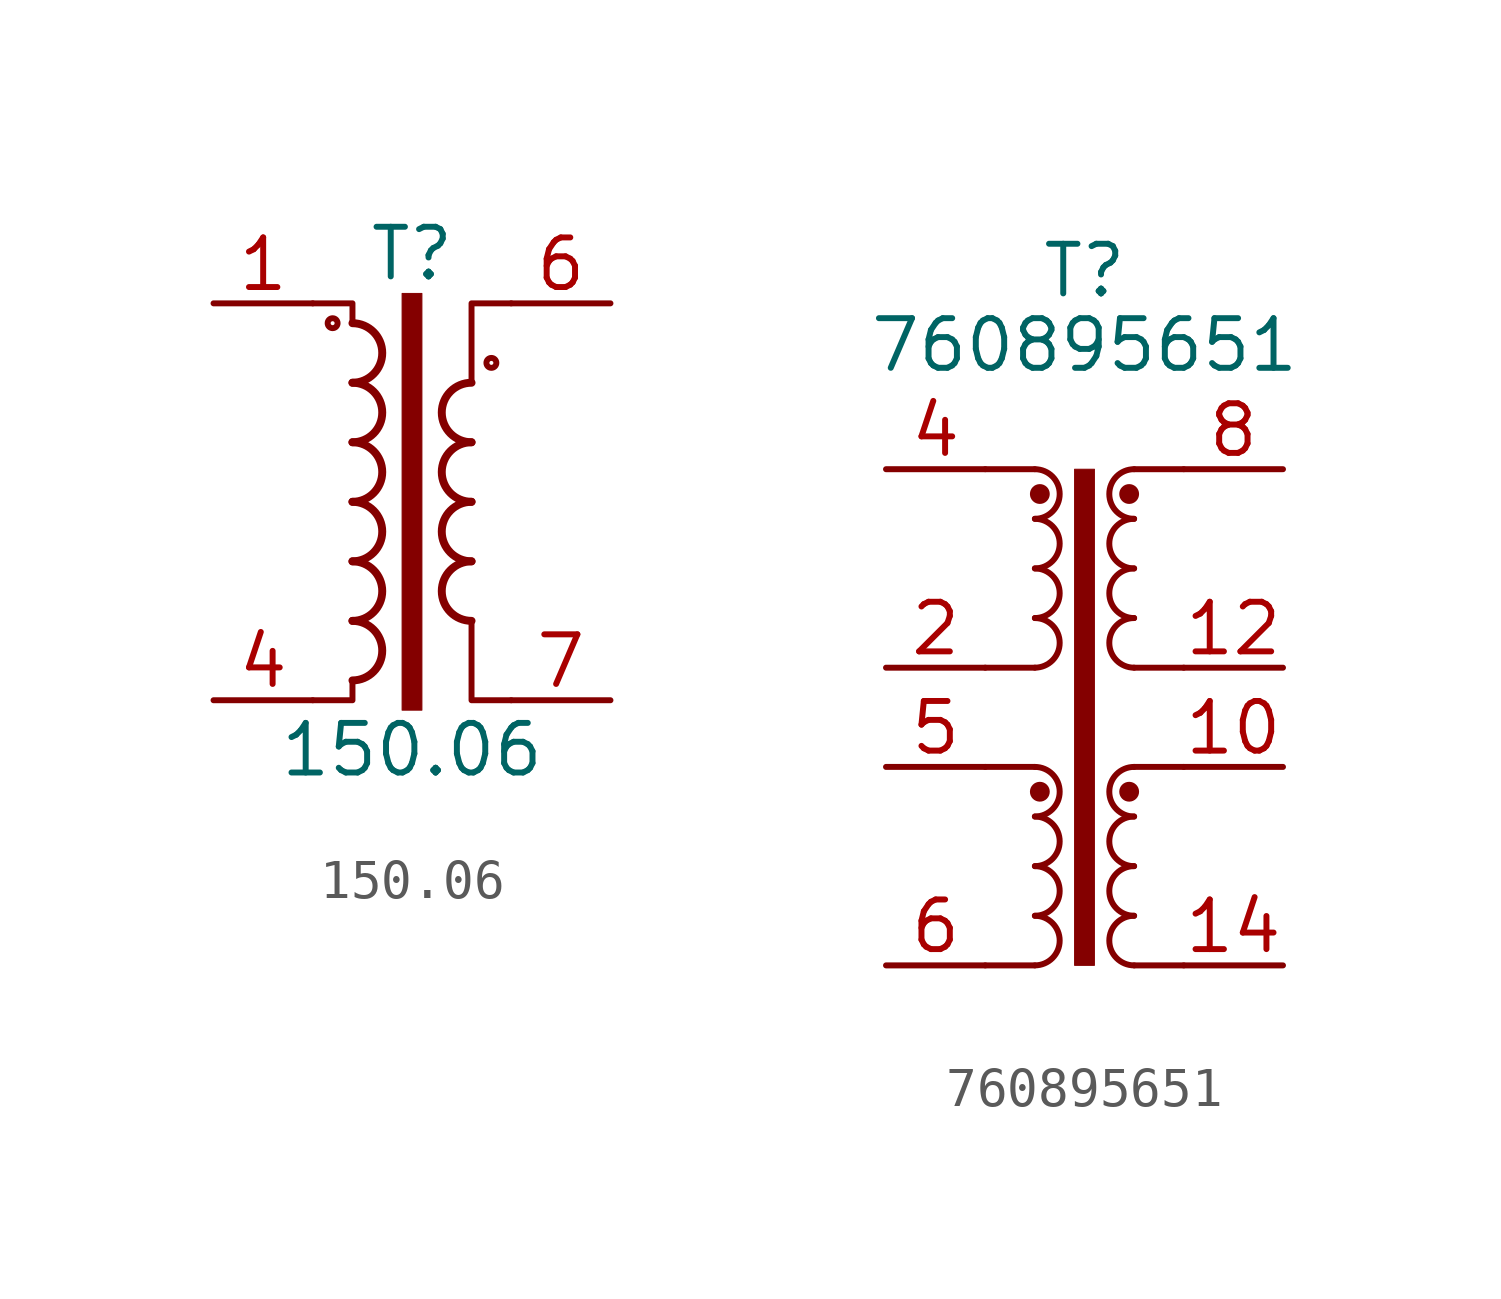
<source format=kicad_sym>
(kicad_symbol_lib
  (version 20220914)
  (generator kicad_db_lib)
  (symbol "150.06"
    (pin_names
      (offset 0.025))
    (property "Reference" "T"
      (at 0 6.35 0)
      (effects (font (size 1.27 1.27))))
    (property "Value" "150.06"
      (at 0 -6.35 0)
      (effects (font (size 1.27 1.27))))
    (symbol "150.06_0_1"
      (circle (center -2.032 4.572) (radius 0.127) (stroke (width 0) (type default)) (fill (type none)))
      (arc (start -1.524 -4.572) (mid -0.7653 -3.81) (end -1.524 -3.048) (stroke (width 0.2032) (type default)) (fill (type none)))
      (arc (start -1.524 -3.048) (mid -0.7653 -2.286) (end -1.524 -1.524) (stroke (width 0.2032) (type default)) (fill (type none)))
      (arc (start -1.524 -1.524) (mid -0.7653 -0.762) (end -1.524 0) (stroke (width 0.2032) (type default)) (fill (type none)))
      (arc (start -1.524 0) (mid -0.7653 0.762) (end -1.524 1.524) (stroke (width 0.2032) (type default)) (fill (type none)))
      (arc (start -1.524 1.524) (mid -0.7653 2.286) (end -1.524 3.048) (stroke (width 0.2032) (type default)) (fill (type none)))
      (arc (start -1.524 3.048) (mid -0.7653 3.81) (end -1.524 4.572) (stroke (width 0.2032) (type default)) (fill (type none)))
      (rectangle (start -0.254 5.334) (end 0.254 -5.334) (stroke (width 0.025) (type default)) (fill (type outline)))
      (polyline (pts (xy -1.524 -4.572) (xy -1.524 -5.08) (xy -2.54 -5.08)) (stroke (width 0) (type default)) (fill (type none)))
      (polyline (pts (xy -1.524 4.572) (xy -1.524 5.08) (xy -2.54 5.08)) (stroke (width 0) (type default)) (fill (type none)))
      (polyline (pts (xy 1.524 3.048) (xy 1.524 5.08) (xy 2.54 5.08) (xy 2.54 5.08)) (stroke (width 0.152) (type default)) (fill (type none)))
      (polyline (pts (xy 2.54 -5.08) (xy 1.524 -5.08) (xy 1.524 -3.048) (xy 1.524 -3.048)) (stroke (width 0.152) (type default)) (fill (type none)))
      (arc (start 1.524 -1.524) (mid 0.7653 -2.286) (end 1.524 -3.048) (stroke (width 0.2032) (type default)) (fill (type none)))
      (arc (start 1.524 0) (mid 0.7653 -0.762) (end 1.524 -1.524) (stroke (width 0.2032) (type default)) (fill (type none)))
      (arc (start 1.524 1.524) (mid 0.7653 0.762) (end 1.524 0) (stroke (width 0.2032) (type default)) (fill (type none)))
      (arc (start 1.524 3.048) (mid 0.7653 2.286) (end 1.524 1.524) (stroke (width 0.2032) (type default)) (fill (type none)))
      (circle (center 2.032 3.556) (radius 0.127) (stroke (width 0) (type default)) (fill (type none))))
    (symbol "150.06_1_1"
      (pin passive line (at -5.08 5.08 0) (length 2.54) (name "~" (effects (font (size 1.27 1.27)))) (number "1" (effects (font (size 1.27 1.27)))))
      (pin passive line (at -5.08 -5.08 0) (length 2.54) (name "~" (effects (font (size 1.27 1.27)))) (number "4" (effects (font (size 1.27 1.27)))))
      (pin passive line (at 5.08 5.08 180) (length 2.54) (name "~" (effects (font (size 1.27 1.27)))) (number "6" (effects (font (size 1.27 1.27)))))
      (pin passive line (at 5.08 -5.08 180) (length 2.54) (name "~" (effects (font (size 1.27 1.27)))) (number "7" (effects (font (size 1.27 1.27)))))))
  (symbol "760895651"
    (property "Reference" "T"
      (at 0 11.43 0)
      (effects (font (size 1.27 1.27))))
    (property "Value" "760895651"
      (at 0 9.525 0)
      (effects (font (size 1.27 1.27))))
    (symbol "760895651_0_1"
      (arc (start -1.27 -6.35) (mid -0.6377 -5.715) (end -1.27 -5.08) (stroke (width 0) (type default)) (fill (type none)))
      (arc (start -1.27 -5.08) (mid -0.6377 -4.445) (end -1.27 -3.81) (stroke (width 0) (type default)) (fill (type none)))
      (arc (start -1.27 1.27) (mid -0.6377 1.905) (end -1.27 2.54) (stroke (width 0) (type default)) (fill (type none)))
      (arc (start -1.27 2.54) (mid -0.6377 3.175) (end -1.27 3.81) (stroke (width 0) (type default)) (fill (type none)))
      (rectangle (start -0.254 6.35) (end 0.254 -6.35) (stroke (width 0.025) (type default)) (fill (type outline)))
      (polyline (pts (xy -2.54 -6.35) (xy -1.27 -6.35)) (stroke (width 0) (type default)) (fill (type none)))
      (polyline (pts (xy -2.54 -1.27) (xy -1.27 -1.27)) (stroke (width 0) (type default)) (fill (type none)))
      (polyline (pts (xy -2.54 1.27) (xy -1.27 1.27)) (stroke (width 0) (type default)) (fill (type none)))
      (polyline (pts (xy -2.54 6.35) (xy -1.27 6.35)) (stroke (width 0) (type default)) (fill (type none)))
      (polyline (pts (xy 1.27 -6.35) (xy 2.54 -6.35)) (stroke (width 0) (type default)) (fill (type none)))
      (polyline (pts (xy 1.27 -1.27) (xy 2.54 -1.27)) (stroke (width 0) (type default)) (fill (type none)))
      (polyline (pts (xy 1.27 1.27) (xy 2.54 1.27)) (stroke (width 0) (type default)) (fill (type none)))
      (polyline (pts (xy 1.27 6.35) (xy 2.54 6.35)) (stroke (width 0) (type default)) (fill (type none))))
    (symbol "760895651_1_1"
      (arc (start -1.27 -3.81) (mid -0.6377 -3.175) (end -1.27 -2.54) (stroke (width 0) (type default)) (fill (type none)))
      (arc (start -1.27 -2.54) (mid -0.6377 -1.905) (end -1.27 -1.27) (stroke (width 0) (type default)) (fill (type none)))
      (arc (start -1.27 3.81) (mid -0.6377 4.445) (end -1.27 5.08) (stroke (width 0) (type default)) (fill (type none)))
      (arc (start -1.27 5.08) (mid -0.6377 5.715) (end -1.27 6.35) (stroke (width 0) (type default)) (fill (type none)))
      (circle (center -1.143 -1.905) (radius 0.127) (stroke (width 0.254) (type default)) (fill (type none)))
      (circle (center -1.143 5.715) (radius 0.127) (stroke (width 0.254) (type default)) (fill (type none)))
      (circle (center 1.143 -1.905) (radius 0.127) (stroke (width 0.254) (type default)) (fill (type none)))
      (circle (center 1.143 5.715) (radius 0.127) (stroke (width 0.254) (type default)) (fill (type none)))
      (arc (start 1.27 -5.08) (mid 0.6377 -5.715) (end 1.27 -6.35) (stroke (width 0) (type default)) (fill (type none)))
      (arc (start 1.27 -3.81) (mid 0.6377 -4.445) (end 1.27 -5.08) (stroke (width 0) (type default)) (fill (type none)))
      (arc (start 1.27 -2.54) (mid 0.6377 -3.175) (end 1.27 -3.81) (stroke (width 0) (type default)) (fill (type none)))
      (arc (start 1.27 -1.27) (mid 0.6377 -1.905) (end 1.27 -2.54) (stroke (width 0) (type default)) (fill (type none)))
      (arc (start 1.27 2.54) (mid 0.6377 1.905) (end 1.27 1.27) (stroke (width 0) (type default)) (fill (type none)))
      (arc (start 1.27 3.81) (mid 0.6377 3.175) (end 1.27 2.54) (stroke (width 0) (type default)) (fill (type none)))
      (arc (start 1.27 5.08) (mid 0.6377 4.445) (end 1.27 3.81) (stroke (width 0) (type default)) (fill (type none)))
      (arc (start 1.27 6.35) (mid 0.6377 5.715) (end 1.27 5.08) (stroke (width 0) (type default)) (fill (type none)))
      (pin no_connect line (at -1.27 1.27 90) (length 2.54) hide (name "NC" (effects (font (size 1.27 1.27)))) (number "1" (effects (font (size 1.27 1.27)))))
      (pin passive line (at 5.08 -1.27 180) (length 2.54) (name "~" (effects (font (size 1.27 1.27)))) (number "10" (effects (font (size 1.27 1.27)))))
      (pin no_connect line (at 1.27 1.27 90) (length 2.54) hide (name "NC" (effects (font (size 1.27 1.27)))) (number "11" (effects (font (size 1.27 1.27)))))
      (pin passive line (at 5.08 1.27 180) (length 2.54) (name "~" (effects (font (size 1.27 1.27)))) (number "12" (effects (font (size 1.27 1.27)))))
      (pin no_connect line (at 1.27 -6.35 90) (length 2.54) hide (name "NC" (effects (font (size 1.27 1.27)))) (number "13" (effects (font (size 1.27 1.27)))))
      (pin passive line (at 5.08 -6.35 180) (length 2.54) (name "~" (effects (font (size 1.27 1.27)))) (number "14" (effects (font (size 1.27 1.27)))))
      (pin passive line (at -5.08 1.27 0) (length 2.54) (name "~" (effects (font (size 1.27 1.27)))) (number "2" (effects (font (size 1.27 1.27)))))
      (pin no_connect line (at -1.27 6.35 270) (length 2.54) hide (name "NC" (effects (font (size 1.27 1.27)))) (number "3" (effects (font (size 1.27 1.27)))))
      (pin passive line (at -5.08 6.35 0) (length 2.54) (name "~" (effects (font (size 1.27 1.27)))) (number "4" (effects (font (size 1.27 1.27)))))
      (pin passive line (at -5.08 -1.27 0) (length 2.54) (name "~" (effects (font (size 1.27 1.27)))) (number "5" (effects (font (size 1.27 1.27)))))
      (pin passive line (at -5.08 -6.35 0) (length 2.54) (name "~" (effects (font (size 1.27 1.27)))) (number "6" (effects (font (size 1.27 1.27)))))
      (pin no_connect line (at 1.27 6.35 270) (length 2.54) hide (name "NC" (effects (font (size 1.27 1.27)))) (number "7" (effects (font (size 1.27 1.27)))))
      (pin passive line (at 5.08 6.35 180) (length 2.54) (name "~" (effects (font (size 1.27 1.27)))) (number "8" (effects (font (size 1.27 1.27)))))
      (pin no_connect line (at 1.27 -1.27 270) (length 2.54) hide (name "NC" (effects (font (size 1.27 1.27)))) (number "9" (effects (font (size 1.27 1.27))))))))
</source>
